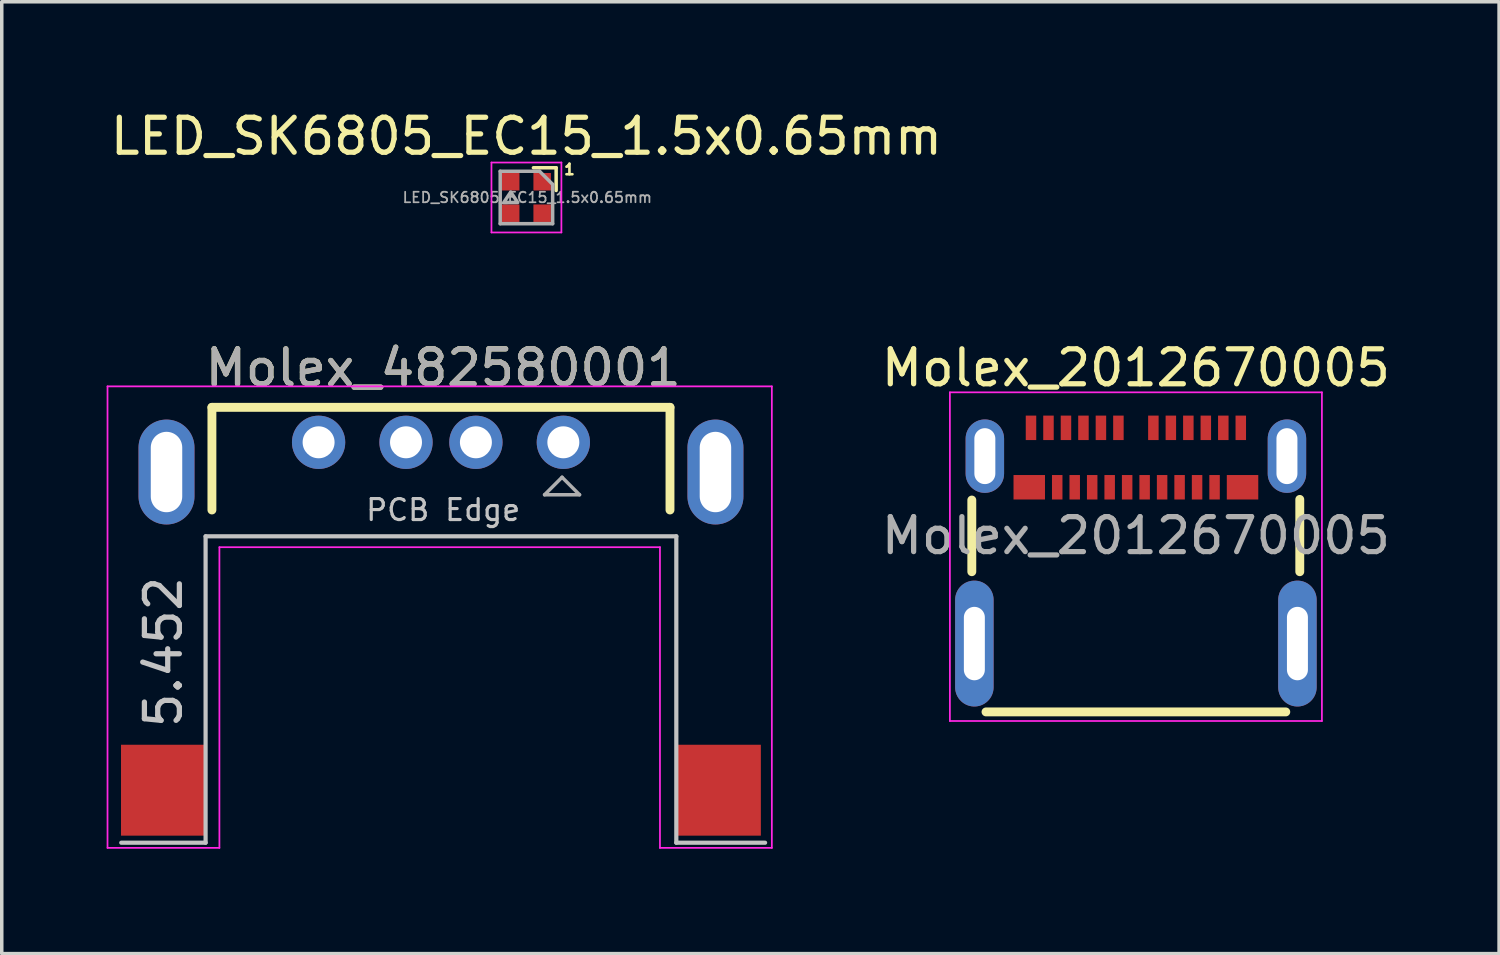
<source format=kicad_pcb>
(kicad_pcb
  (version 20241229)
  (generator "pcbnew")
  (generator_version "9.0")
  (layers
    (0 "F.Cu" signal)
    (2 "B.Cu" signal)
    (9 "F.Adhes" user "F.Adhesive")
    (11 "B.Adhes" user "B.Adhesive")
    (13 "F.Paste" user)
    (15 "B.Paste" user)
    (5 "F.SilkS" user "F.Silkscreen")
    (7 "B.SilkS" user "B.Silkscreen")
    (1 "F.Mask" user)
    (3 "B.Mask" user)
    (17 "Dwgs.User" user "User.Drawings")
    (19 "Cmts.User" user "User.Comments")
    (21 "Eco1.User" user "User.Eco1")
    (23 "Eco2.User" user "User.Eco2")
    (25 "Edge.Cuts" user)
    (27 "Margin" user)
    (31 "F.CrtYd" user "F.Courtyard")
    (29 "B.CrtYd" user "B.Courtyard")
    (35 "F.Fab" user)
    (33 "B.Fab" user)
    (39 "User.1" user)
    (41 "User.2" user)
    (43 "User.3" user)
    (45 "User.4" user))
  (footprint "Molex_482580001"
    (layer "F.Cu")
    (at 9.625 15.6)
    (property "Reference" "Molex_482580001" (at 0 -8.128 0) (layer "F.SilkS") (effects (font (size 1 1) (thickness 0.15))))
    (attr smd)
    (fp_line (start -6.614 -7) (end 6.487 -7) (stroke (width 0.254) (type solid)) (layer "F.SilkS"))
    (fp_line (start -6.614 -4.064) (end -6.614 -7) (stroke (width 0.254) (type solid)) (layer "F.SilkS"))
    (fp_line (start 6.487 -7) (end 6.487 -4.064) (stroke (width 0.254) (type solid)) (layer "F.SilkS"))
    (fp_line (start -9.207 5.452) (end -6.795 5.452) (stroke (width 0.12) (type solid)) (layer "Dwgs.User"))
    (fp_line (start -6.795 -3.311) (end 6.668 -3.311) (stroke (width 0.12) (type solid)) (layer "Dwgs.User"))
    (fp_line (start -6.795 5.452) (end -6.795 -3.311) (stroke (width 0.12) (type solid)) (layer "Dwgs.User"))
    (fp_line (start 6.668 -3.311) (end 6.668 5.452) (stroke (width 0.12) (type solid)) (layer "Dwgs.User"))
    (fp_line (start 6.668 5.452) (end 9.207 5.452) (stroke (width 0.12) (type solid)) (layer "Dwgs.User"))
    (fp_line (start -9.6 5.6) (end -9.6 -7.6) (stroke (width 0.05) (type solid)) (layer "F.CrtYd"))
    (fp_line (start -9.6 5.6) (end -6.4 5.6) (stroke (width 0.05) (type solid)) (layer "F.CrtYd"))
    (fp_line (start -6.4 5.6) (end -6.4 -3) (stroke (width 0.05) (type solid)) (layer "F.CrtYd"))
    (fp_line (start 6.2 -3) (end -6.4 -3) (stroke (width 0.05) (type solid)) (layer "F.CrtYd"))
    (fp_line (start 6.2 5.6) (end 6.2 -3) (stroke (width 0.05) (type solid)) (layer "F.CrtYd"))
    (fp_line (start 9.4 -7.6) (end -9.6 -7.6) (stroke (width 0.05) (type solid)) (layer "F.CrtYd"))
    (fp_line (start 9.4 5.6) (end 6.2 5.6) (stroke (width 0.05) (type solid)) (layer "F.CrtYd"))
    (fp_line (start 9.4 5.6) (end 9.4 -7.6) (stroke (width 0.05) (type solid)) (layer "F.CrtYd"))
    (fp_line (start 3.4 -5) (end 2.9 -4.5) (stroke (width 0.1) (type solid)) (layer "F.Fab"))
    (fp_line (start 3.4 -5) (end 3.9 -4.5) (stroke (width 0.1) (type solid)) (layer "F.Fab"))
    (fp_line (start 3.9 -4.5) (end 2.9 -4.5) (stroke (width 0.1) (type solid)) (layer "F.Fab"))
    (fp_text user "5.452" (at -8 0 90) (unlocked yes) (layer "Dwgs.User") (effects (font (size 1 1) (thickness 0.15))))
    (fp_text user "PCB Edge" (at 0 -4.064 0) (layer "Dwgs.User") (effects (font (size 0.6 0.6) (thickness 0.09))))
    (fp_text user "${REFERENCE}" (at 0 -8.128 180) (layer "F.Fab") (effects (font (size 1 1) (thickness 0.15))))
    (pad "1" thru_hole circle (at 3.437 -6) (size 1.524 1.524) (drill 0.914) (layers "*.Cu" "*.Mask"))
    (pad "2" thru_hole circle (at 0.936 -6) (size 1.524 1.524) (drill 0.914) (layers "*.Cu" "*.Mask"))
    (pad "3" thru_hole circle (at -1.063 -6) (size 1.524 1.524) (drill 0.914) (layers "*.Cu" "*.Mask"))
    (pad "4" thru_hole circle (at -3.563 -6) (size 1.524 1.524) (drill 0.914) (layers "*.Cu" "*.Mask"))
    (pad "5" thru_hole oval (at -7.913 -5.15) (size 1.6 3) (drill oval 0.9 2.3) (layers "*.Cu" "*.Mask"))
    (pad "6" thru_hole oval (at 7.787 -5.15) (size 1.6 3) (drill oval 0.9 2.3) (layers "*.Cu" "*.Mask"))
    (pad "7" smd rect (at -8.014 3.95) (size 2.4 2.6) (layers "F.Cu" "F.Mask" "F.Paste"))
    (pad "8" smd rect (at 7.886 3.95) (size 2.4 2.6) (layers "F.Cu" "F.Mask" "F.Paste")))
  (footprint "Molex_2012670005"
    (layer "F.Cu")
    (at 29.437 12.271)
    (property "Reference" "Molex_2012670005" (at 0 -4.8 0) (layer "F.SilkS") (effects (font (size 1 1) (thickness 0.15))))
    (attr smd)
    (fp_line (start -4.693 -1.02) (end -4.693 1.03) (stroke (width 0.254) (type solid)) (layer "F.SilkS"))
    (fp_line (start -4.287 5.04) (end 4.287 5.04) (stroke (width 0.254) (type solid)) (layer "F.SilkS"))
    (fp_line (start 4.687 1.03) (end 4.687 -1.038) (stroke (width 0.254) (type solid)) (layer "F.SilkS"))
    (fp_poly (pts (xy -3.5 -1.735) (xy -2.6 -1.735) (xy -2.6 -1.035) (xy -3.5 -1.035)) (stroke (width 0) (type solid)) (fill yes) (layer "F.Paste"))
    (fp_poly (pts (xy -3.15 -3.435) (xy -2.85 -3.435) (xy -2.85 -2.735) (xy -3.15 -2.735)) (stroke (width 0) (type solid)) (fill yes) (layer "F.Paste"))
    (fp_poly (pts (xy -2.65 -3.435) (xy -2.35 -3.435) (xy -2.35 -2.735) (xy -2.65 -2.735)) (stroke (width 0) (type solid)) (fill yes) (layer "F.Paste"))
    (fp_poly (pts (xy -2.4 -1.735) (xy -2.1 -1.735) (xy -2.1 -1.035) (xy -2.4 -1.035)) (stroke (width 0) (type solid)) (fill yes) (layer "F.Paste"))
    (fp_poly (pts (xy -2.15 -3.435) (xy -1.85 -3.435) (xy -1.85 -2.735) (xy -2.15 -2.735)) (stroke (width 0) (type solid)) (fill yes) (layer "F.Paste"))
    (fp_poly (pts (xy -1.9 -1.735) (xy -1.6 -1.735) (xy -1.6 -1.035) (xy -1.9 -1.035)) (stroke (width 0) (type solid)) (fill yes) (layer "F.Paste"))
    (fp_poly (pts (xy -1.65 -3.435) (xy -1.35 -3.435) (xy -1.35 -2.735) (xy -1.65 -2.735)) (stroke (width 0) (type solid)) (fill yes) (layer "F.Paste"))
    (fp_poly (pts (xy -1.4 -1.735) (xy -1.1 -1.735) (xy -1.1 -1.035) (xy -1.4 -1.035)) (stroke (width 0) (type solid)) (fill yes) (layer "F.Paste"))
    (fp_poly (pts (xy -1.15 -3.435) (xy -0.85 -3.435) (xy -0.85 -2.735) (xy -1.15 -2.735)) (stroke (width 0) (type solid)) (fill yes) (layer "F.Paste"))
    (fp_poly (pts (xy -0.9 -1.735) (xy -0.6 -1.735) (xy -0.6 -1.035) (xy -0.9 -1.035)) (stroke (width 0) (type solid)) (fill yes) (layer "F.Paste"))
    (fp_poly (pts (xy -0.65 -3.435) (xy -0.35 -3.435) (xy -0.35 -2.735) (xy -0.65 -2.735)) (stroke (width 0) (type solid)) (fill yes) (layer "F.Paste"))
    (fp_poly (pts (xy -0.4 -1.735) (xy -0.1 -1.735) (xy -0.1 -1.035) (xy -0.4 -1.035)) (stroke (width 0) (type solid)) (fill yes) (layer "F.Paste"))
    (fp_poly (pts (xy 0.1 -1.735) (xy 0.4 -1.735) (xy 0.4 -1.035) (xy 0.1 -1.035)) (stroke (width 0) (type solid)) (fill yes) (layer "F.Paste"))
    (fp_poly (pts (xy 0.35 -3.435) (xy 0.65 -3.435) (xy 0.65 -2.735) (xy 0.35 -2.735)) (stroke (width 0) (type solid)) (fill yes) (layer "F.Paste"))
    (fp_poly (pts (xy 0.6 -1.735) (xy 0.9 -1.735) (xy 0.9 -1.035) (xy 0.6 -1.035)) (stroke (width 0) (type solid)) (fill yes) (layer "F.Paste"))
    (fp_poly (pts (xy 0.85 -3.435) (xy 1.15 -3.435) (xy 1.15 -2.735) (xy 0.85 -2.735)) (stroke (width 0) (type solid)) (fill yes) (layer "F.Paste"))
    (fp_poly (pts (xy 1.1 -1.735) (xy 1.4 -1.735) (xy 1.4 -1.035) (xy 1.1 -1.035)) (stroke (width 0) (type solid)) (fill yes) (layer "F.Paste"))
    (fp_poly (pts (xy 1.35 -3.435) (xy 1.65 -3.435) (xy 1.65 -2.735) (xy 1.35 -2.735)) (stroke (width 0) (type solid)) (fill yes) (layer "F.Paste"))
    (fp_poly (pts (xy 1.6 -1.735) (xy 1.9 -1.735) (xy 1.9 -1.035) (xy 1.6 -1.035)) (stroke (width 0) (type solid)) (fill yes) (layer "F.Paste"))
    (fp_poly (pts (xy 1.85 -3.435) (xy 2.15 -3.435) (xy 2.15 -2.735) (xy 1.85 -2.735)) (stroke (width 0) (type solid)) (fill yes) (layer "F.Paste"))
    (fp_poly (pts (xy 2.1 -1.735) (xy 2.4 -1.735) (xy 2.4 -1.035) (xy 2.1 -1.035)) (stroke (width 0) (type solid)) (fill yes) (layer "F.Paste"))
    (fp_poly (pts (xy 2.35 -3.435) (xy 2.65 -3.435) (xy 2.65 -2.735) (xy 2.35 -2.735)) (stroke (width 0) (type solid)) (fill yes) (layer "F.Paste"))
    (fp_poly (pts (xy 2.6 -1.735) (xy 3.5 -1.735) (xy 3.5 -1.035) (xy 2.6 -1.035)) (stroke (width 0) (type solid)) (fill yes) (layer "F.Paste"))
    (fp_poly (pts (xy 2.85 -3.435) (xy 3.15 -3.435) (xy 3.15 -2.735) (xy 2.85 -2.735)) (stroke (width 0) (type solid)) (fill yes) (layer "F.Paste"))
    (fp_line (start -5.32 -4.1) (end 5.32 -4.1) (stroke (width 0.05) (type solid)) (layer "F.CrtYd"))
    (fp_line (start -5.32 5.3) (end -5.32 -4.1) (stroke (width 0.05) (type solid)) (layer "F.CrtYd"))
    (fp_line (start 5.32 -4.1) (end 5.32 5.3) (stroke (width 0.05) (type solid)) (layer "F.CrtYd"))
    (fp_line (start 5.32 5.3) (end -5.32 5.3) (stroke (width 0.05) (type solid)) (layer "F.CrtYd"))
    (fp_text user "${REFERENCE}" (at 0 0 0) (layer "F.Fab") (effects (font (size 1 1) (thickness 0.15))))
    (pad "1" thru_hole oval (at 4.32 -2.275) (size 1.1 2.1) (drill oval 0.6 1.6) (layers "*.Cu" "*.Mask"))
    (pad "2" thru_hole oval (at -4.32 -2.275) (size 1.1 2.1) (drill oval 0.6 1.6) (layers "*.Cu" "*.Mask"))
    (pad "3" thru_hole oval (at -4.62 3.085) (size 1.1 3.6) (drill oval 0.6 2.1) (layers "*.Cu" "*.Mask"))
    (pad "4" thru_hole oval (at 4.62 3.085) (size 1.1 3.6) (drill oval 0.6 2.1) (layers "*.Cu" "*.Mask"))
    (pad "A1" smd rect (at -3 -3.085) (size 0.3 0.7) (layers "F.Cu" "F.Mask" "F.Paste"))
    (pad "A2" smd rect (at -2.5 -3.085) (size 0.3 0.7) (layers "F.Cu" "F.Mask" "F.Paste"))
    (pad "A3" smd rect (at -2 -3.085) (size 0.3 0.7) (layers "F.Cu" "F.Mask" "F.Paste"))
    (pad "A4" smd rect (at -1.5 -3.085) (size 0.3 0.7) (layers "F.Cu" "F.Mask" "F.Paste"))
    (pad "A5" smd rect (at -1 -3.085) (size 0.3 0.7) (layers "F.Cu" "F.Mask" "F.Paste"))
    (pad "A6" smd rect (at -0.5 -3.085) (size 0.3 0.7) (layers "F.Cu" "F.Mask" "F.Paste"))
    (pad "A7" smd rect (at 0.5 -3.085) (size 0.3 0.7) (layers "F.Cu" "F.Mask" "F.Paste"))
    (pad "A8" smd rect (at 1 -3.085) (size 0.3 0.7) (layers "F.Cu" "F.Mask" "F.Paste"))
    (pad "A9" smd rect (at 1.5 -3.085) (size 0.3 0.7) (layers "F.Cu" "F.Mask" "F.Paste"))
    (pad "A10" smd rect (at 2 -3.085) (size 0.3 0.7) (layers "F.Cu" "F.Mask" "F.Paste"))
    (pad "A11" smd rect (at 2.5 -3.085) (size 0.3 0.7) (layers "F.Cu" "F.Mask" "F.Paste"))
    (pad "A12" smd rect (at 3 -3.085) (size 0.3 0.7) (layers "F.Cu" "F.Mask" "F.Paste"))
    (pad "B1" smd rect (at 3.05 -1.385) (size 0.9 0.7) (layers "F.Cu" "F.Mask" "F.Paste"))
    (pad "B2" smd rect (at 2.25 -1.385) (size 0.3 0.7) (layers "F.Cu" "F.Mask" "F.Paste"))
    (pad "B3" smd rect (at 1.75 -1.385) (size 0.3 0.7) (layers "F.Cu" "F.Mask" "F.Paste"))
    (pad "B4" smd rect (at 1.25 -1.385) (size 0.3 0.7) (layers "F.Cu" "F.Mask" "F.Paste"))
    (pad "B5" smd rect (at 0.75 -1.385) (size 0.3 0.7) (layers "F.Cu" "F.Mask" "F.Paste"))
    (pad "B6" smd rect (at 0.25 -1.385) (size 0.3 0.7) (layers "F.Cu" "F.Mask" "F.Paste"))
    (pad "B7" smd rect (at -0.25 -1.385) (size 0.3 0.7) (layers "F.Cu" "F.Mask" "F.Paste"))
    (pad "B8" smd rect (at -0.75 -1.385) (size 0.3 0.7) (layers "F.Cu" "F.Mask" "F.Paste"))
    (pad "B9" smd rect (at -1.25 -1.385) (size 0.3 0.7) (layers "F.Cu" "F.Mask" "F.Paste"))
    (pad "B10" smd rect (at -1.75 -1.385) (size 0.3 0.7) (layers "F.Cu" "F.Mask" "F.Paste"))
    (pad "B11" smd rect (at -2.25 -1.385) (size 0.3 0.7) (layers "F.Cu" "F.Mask" "F.Paste"))
    (pad "B12" smd rect (at -3.05 -1.385) (size 0.9 0.7) (layers "F.Cu" "F.Mask" "F.Paste")))
  (footprint "LED_SK6805_EC15_1.5x0.65mm"
    (layer "F.Cu")
    (at 12.006 2.598)
    (property "Reference" "LED_SK6805_EC15_1.5x0.65mm" (at 0 -1.75 0) (layer "F.SilkS") (effects (font (size 1 1) (thickness 0.15))))
    (attr smd)
    (fp_line (start 0.85 -0.85) (end 0.2 -0.85) (stroke (width 0.1) (type solid)) (layer "F.SilkS"))
    (fp_line (start 0.85 -0.2) (end 0.85 -0.85) (stroke (width 0.1) (type solid)) (layer "F.SilkS"))
    (fp_line (start -1 -1) (end 1 -1) (stroke (width 0.05) (type solid)) (layer "F.CrtYd"))
    (fp_line (start -1 1) (end -1 -1) (stroke (width 0.05) (type solid)) (layer "F.CrtYd"))
    (fp_line (start 1 -1) (end 1 1) (stroke (width 0.05) (type solid)) (layer "F.CrtYd"))
    (fp_line (start 1 1) (end -1 1) (stroke (width 0.05) (type solid)) (layer "F.CrtYd"))
    (fp_line (start -0.75 -0.75) (end 0.375 -0.75) (stroke (width 0.1) (type solid)) (layer "F.Fab"))
    (fp_line (start -0.75 0.75) (end -0.75 -0.75) (stroke (width 0.1) (type solid)) (layer "F.Fab"))
    (fp_line (start 0.375 -0.75) (end 0.75 -0.375) (stroke (width 0.1) (type solid)) (layer "F.Fab"))
    (fp_line (start 0.75 -0.375) (end 0.75 0.75) (stroke (width 0.1) (type solid)) (layer "F.Fab"))
    (fp_line (start 0.75 0.75) (end -0.75 0.75) (stroke (width 0.1) (type solid)) (layer "F.Fab"))
    (fp_poly (pts (xy -0.249 0.144) (xy -0.449 -0.156) (xy -0.649 0.144)) (stroke (width 0.1) (type solid)) (fill no) (layer "F.Fab"))
    (fp_text user "1" (at 1.23 -0.8 0) (layer "F.SilkS") (effects (font (size 0.3 0.3) (thickness 0.075))))
    (fp_text user "${REFERENCE}" (at 0.025 0 0) (layer "F.Fab") (effects (font (size 0.3 0.3) (thickness 0.05))))
    (pad "1" smd rect (at 0.45 -0.45) (size 0.5 0.5) (layers "F.Cu" "F.Mask" "F.Paste"))
    (pad "2" smd rect (at -0.45 -0.45) (size 0.5 0.5) (layers "F.Cu" "F.Mask" "F.Paste"))
    (pad "3" smd rect (at -0.45 0.45) (size 0.5 0.5) (layers "F.Cu" "F.Mask" "F.Paste"))
    (pad "4" smd rect (at 0.45 0.45) (size 0.5 0.5) (layers "F.Cu" "F.Mask" "F.Paste")))
  (gr_rect
    (start -3 -3)
    (end 39.824 24.224)
    (stroke (width 0.1) (type default))
    (fill no)
    (layer "Edge.Cuts")))
</source>
